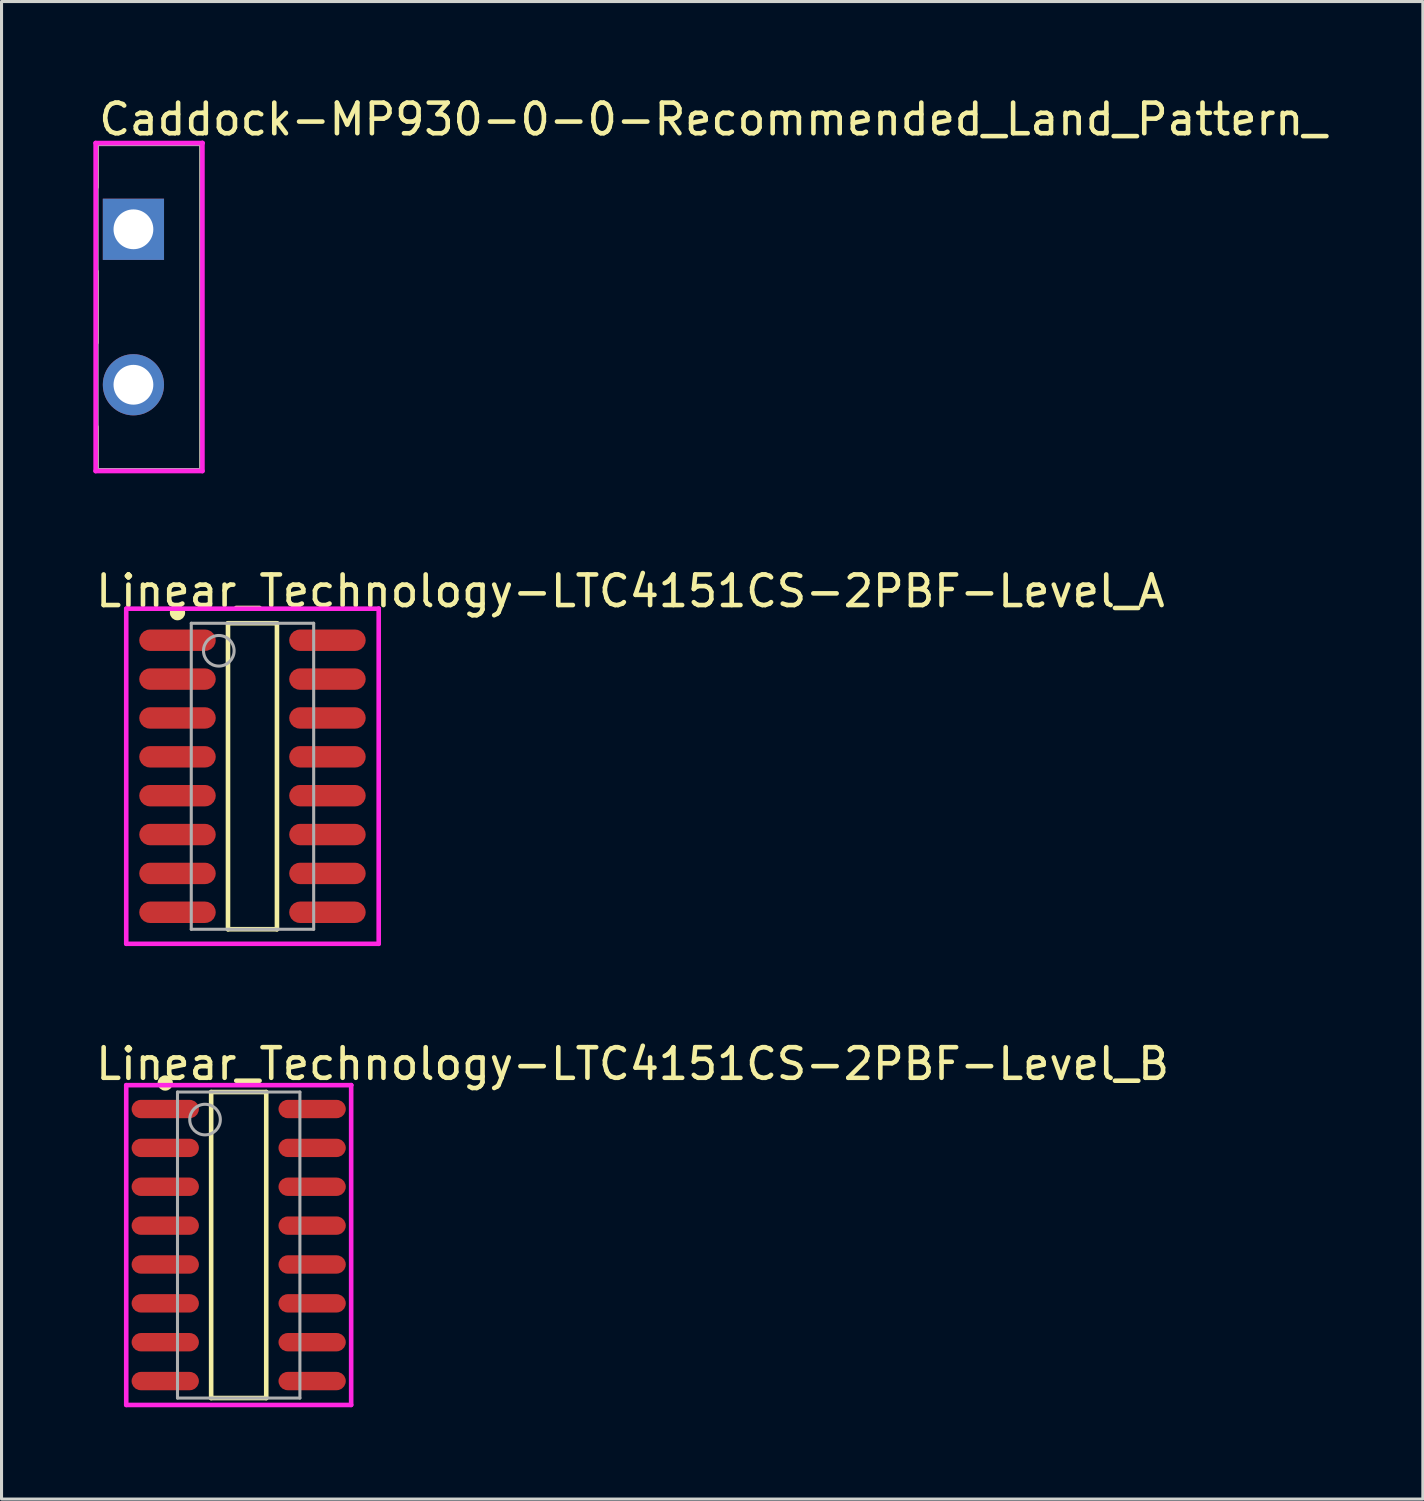
<source format=kicad_pcb>
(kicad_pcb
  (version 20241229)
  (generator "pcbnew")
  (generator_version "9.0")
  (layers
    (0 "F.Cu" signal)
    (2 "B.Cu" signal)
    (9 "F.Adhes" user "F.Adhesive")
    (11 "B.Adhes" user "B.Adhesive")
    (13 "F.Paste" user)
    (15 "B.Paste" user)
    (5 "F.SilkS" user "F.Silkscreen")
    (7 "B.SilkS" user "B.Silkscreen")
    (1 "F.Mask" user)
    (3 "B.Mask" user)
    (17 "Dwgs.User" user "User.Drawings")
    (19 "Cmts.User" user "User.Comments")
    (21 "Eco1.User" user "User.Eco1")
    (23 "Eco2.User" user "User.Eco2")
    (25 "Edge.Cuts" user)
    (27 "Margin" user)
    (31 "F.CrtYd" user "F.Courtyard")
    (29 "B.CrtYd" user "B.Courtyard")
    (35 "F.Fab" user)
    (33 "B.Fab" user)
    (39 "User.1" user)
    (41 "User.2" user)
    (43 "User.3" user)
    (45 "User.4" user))
  (footprint "Caddock-MP930-0-0-Recommended_Land_Pattern_"
    (layer "F.Cu")
    (at 1.82 6.983)
    (property "Reference" "Caddock-MP930-0-0-Recommended_Land_Pattern_" (at -1.72 -6.135 0) (layer "F.SilkS") (effects (font (size 1 1) (thickness 0.15)) (justify left)))
    (attr through_hole)
    (fp_line (start -1.72 -5.335) (end 1.72 -5.335) (stroke (width 0.15) (type solid)) (layer "F.SilkS"))
    (fp_line (start -1.72 -3.915) (end -1.72 -5.335) (stroke (width 0.15) (type solid)) (layer "F.SilkS"))
    (fp_line (start -1.72 1.165) (end -1.72 -1.165) (stroke (width 0.15) (type solid)) (layer "F.SilkS"))
    (fp_line (start -1.72 5.335) (end -1.72 3.915) (stroke (width 0.15) (type solid)) (layer "F.SilkS"))
    (fp_line (start -1.72 5.335) (end 1.72 5.335) (stroke (width 0.15) (type solid)) (layer "F.SilkS"))
    (fp_line (start 1.72 5.335) (end 1.72 -5.335) (stroke (width 0.15) (type solid)) (layer "F.SilkS"))
    (fp_line (start -1.745 -5.36) (end -1.745 5.36) (stroke (width 0.15) (type solid)) (layer "F.CrtYd"))
    (fp_line (start -1.745 5.36) (end 1.745 5.36) (stroke (width 0.15) (type solid)) (layer "F.CrtYd"))
    (fp_line (start 1.745 -5.36) (end -1.745 -5.36) (stroke (width 0.15) (type solid)) (layer "F.CrtYd"))
    (fp_line (start 1.745 -5.36) (end 1.745 -5.36) (stroke (width 0.15) (type solid)) (layer "F.CrtYd"))
    (fp_line (start 1.745 5.36) (end 1.745 -5.36) (stroke (width 0.15) (type solid)) (layer "F.CrtYd"))
    (fp_line (start -1.72 -5.335) (end 1.72 -5.335) (stroke (width 0.15) (type solid)) (layer "F.Fab"))
    (fp_line (start -1.72 5.335) (end -1.72 -5.335) (stroke (width 0.15) (type solid)) (layer "F.Fab"))
    (fp_line (start 1.72 -5.335) (end 1.72 5.335) (stroke (width 0.15) (type solid)) (layer "F.Fab"))
    (fp_line (start 1.72 5.335) (end -1.72 5.335) (stroke (width 0.15) (type solid)) (layer "F.Fab"))
    (pad "1" thru_hole rect (at -0.51 -2.54) (size 2 2) (drill 1.3) (layers "*.Cu"))
    (pad "2" thru_hole circle (at -0.51 2.54) (size 2 2) (drill 1.3) (layers "*.Cu")))
  (footprint "Linear_Technology-LTC4151CS-2PBF-Level_A"
    (layer "F.Cu")
    (at 5.2 22.316)
    (property "Reference" "Linear_Technology-LTC4151CS-2PBF-Level_A" (at -5.2 -6.05 0) (layer "F.SilkS") (effects (font (size 1 1) (thickness 0.15)) (justify left)))
    (attr through_hole)
    (fp_line (start -0.8 -5) (end 0.8 -5) (stroke (width 0.15) (type solid)) (layer "F.SilkS"))
    (fp_line (start -0.8 5) (end -0.8 -5) (stroke (width 0.15) (type solid)) (layer "F.SilkS"))
    (fp_line (start -0.8 5) (end 0.8 5) (stroke (width 0.15) (type solid)) (layer "F.SilkS"))
    (fp_line (start 0.8 5) (end 0.8 -5) (stroke (width 0.15) (type solid)) (layer "F.SilkS"))
    (fp_circle (center -2.45 -5.345) (end -2.325 -5.345) (stroke (width 0.25) (type solid)) (fill no) (layer "F.SilkS"))
    (fp_line (start -4.125 -5.475) (end -4.125 5.475) (stroke (width 0.15) (type solid)) (layer "F.CrtYd"))
    (fp_line (start -4.125 5.475) (end 4.125 5.475) (stroke (width 0.15) (type solid)) (layer "F.CrtYd"))
    (fp_line (start 4.125 -5.475) (end -4.125 -5.475) (stroke (width 0.15) (type solid)) (layer "F.CrtYd"))
    (fp_line (start 4.125 -5.475) (end 4.125 -5.475) (stroke (width 0.15) (type solid)) (layer "F.CrtYd"))
    (fp_line (start 4.125 5.475) (end 4.125 -5.475) (stroke (width 0.15) (type solid)) (layer "F.CrtYd"))
    (fp_line (start -2 -5) (end 2 -5) (stroke (width 0.1) (type solid)) (layer "F.Fab"))
    (fp_line (start -2 5) (end -2 -5) (stroke (width 0.1) (type solid)) (layer "F.Fab"))
    (fp_line (start -2 5) (end 2 5) (stroke (width 0.1) (type solid)) (layer "F.Fab"))
    (fp_line (start 2 5) (end 2 -5) (stroke (width 0.1) (type solid)) (layer "F.Fab"))
    (fp_circle (center -1.1 -4.1) (end -0.6 -4.1) (stroke (width 0.1) (type solid)) (fill no) (layer "F.Fab"))
    (pad "1" smd roundrect (at -2.45 -4.445 270) (size 0.7 2.5) (layers "F.Cu" "F.Mask" "F.Paste") (roundrect_rratio 0.5))
    (pad "2" smd roundrect (at -2.45 -3.175 270) (size 0.7 2.5) (layers "F.Cu" "F.Mask" "F.Paste") (roundrect_rratio 0.5))
    (pad "3" smd roundrect (at -2.45 -1.905 270) (size 0.7 2.5) (layers "F.Cu" "F.Mask" "F.Paste") (roundrect_rratio 0.5))
    (pad "4" smd roundrect (at -2.45 -0.635 270) (size 0.7 2.5) (layers "F.Cu" "F.Mask" "F.Paste") (roundrect_rratio 0.5))
    (pad "5" smd roundrect (at -2.45 0.635 270) (size 0.7 2.5) (layers "F.Cu" "F.Mask" "F.Paste") (roundrect_rratio 0.5))
    (pad "6" smd roundrect (at -2.45 1.905 270) (size 0.7 2.5) (layers "F.Cu" "F.Mask" "F.Paste") (roundrect_rratio 0.5))
    (pad "7" smd roundrect (at -2.45 3.175 270) (size 0.7 2.5) (layers "F.Cu" "F.Mask" "F.Paste") (roundrect_rratio 0.5))
    (pad "8" smd roundrect (at -2.45 4.445 270) (size 0.7 2.5) (layers "F.Cu" "F.Mask" "F.Paste") (roundrect_rratio 0.5))
    (pad "9" smd roundrect (at 2.45 4.445 270) (size 0.7 2.5) (layers "F.Cu" "F.Mask" "F.Paste") (roundrect_rratio 0.5))
    (pad "10" smd roundrect (at 2.45 3.175 270) (size 0.7 2.5) (layers "F.Cu" "F.Mask" "F.Paste") (roundrect_rratio 0.5))
    (pad "11" smd roundrect (at 2.45 1.905 270) (size 0.7 2.5) (layers "F.Cu" "F.Mask" "F.Paste") (roundrect_rratio 0.5))
    (pad "12" smd roundrect (at 2.45 0.635 270) (size 0.7 2.5) (layers "F.Cu" "F.Mask" "F.Paste") (roundrect_rratio 0.5))
    (pad "13" smd roundrect (at 2.45 -0.635 270) (size 0.7 2.5) (layers "F.Cu" "F.Mask" "F.Paste") (roundrect_rratio 0.5))
    (pad "14" smd roundrect (at 2.45 -1.905 270) (size 0.7 2.5) (layers "F.Cu" "F.Mask" "F.Paste") (roundrect_rratio 0.5))
    (pad "15" smd roundrect (at 2.45 -3.175 270) (size 0.7 2.5) (layers "F.Cu" "F.Mask" "F.Paste") (roundrect_rratio 0.5))
    (pad "16" smd roundrect (at 2.45 -4.445 270) (size 0.7 2.5) (layers "F.Cu" "F.Mask" "F.Paste") (roundrect_rratio 0.5)))
  (footprint "Linear_Technology-LTC4151CS-2PBF-Level_B"
    (layer "F.Cu")
    (at 4.75 37.635)
    (property "Reference" "Linear_Technology-LTC4151CS-2PBF-Level_B" (at -4.75 -5.92 0) (layer "F.SilkS") (effects (font (size 1 1) (thickness 0.15)) (justify left)))
    (attr through_hole)
    (fp_line (start -0.9 -5) (end 0.9 -5) (stroke (width 0.15) (type solid)) (layer "F.SilkS"))
    (fp_line (start -0.9 5) (end -0.9 -5) (stroke (width 0.15) (type solid)) (layer "F.SilkS"))
    (fp_line (start -0.9 5) (end 0.9 5) (stroke (width 0.15) (type solid)) (layer "F.SilkS"))
    (fp_line (start 0.9 5) (end 0.9 -5) (stroke (width 0.15) (type solid)) (layer "F.SilkS"))
    (fp_circle (center -2.4 -5.295) (end -2.275 -5.295) (stroke (width 0.25) (type solid)) (fill no) (layer "F.SilkS"))
    (fp_line (start -3.675 -5.225) (end -3.675 5.225) (stroke (width 0.15) (type solid)) (layer "F.CrtYd"))
    (fp_line (start -3.675 5.225) (end 3.675 5.225) (stroke (width 0.15) (type solid)) (layer "F.CrtYd"))
    (fp_line (start 3.675 -5.225) (end -3.675 -5.225) (stroke (width 0.15) (type solid)) (layer "F.CrtYd"))
    (fp_line (start 3.675 -5.225) (end 3.675 -5.225) (stroke (width 0.15) (type solid)) (layer "F.CrtYd"))
    (fp_line (start 3.675 5.225) (end 3.675 -5.225) (stroke (width 0.15) (type solid)) (layer "F.CrtYd"))
    (fp_line (start -2 -5) (end 2 -5) (stroke (width 0.1) (type solid)) (layer "F.Fab"))
    (fp_line (start -2 5) (end -2 -5) (stroke (width 0.1) (type solid)) (layer "F.Fab"))
    (fp_line (start -2 5) (end 2 5) (stroke (width 0.1) (type solid)) (layer "F.Fab"))
    (fp_line (start 2 5) (end 2 -5) (stroke (width 0.1) (type solid)) (layer "F.Fab"))
    (fp_circle (center -1.1 -4.1) (end -0.6 -4.1) (stroke (width 0.1) (type solid)) (fill no) (layer "F.Fab"))
    (pad "1" smd roundrect (at -2.4 -4.445 270) (size 0.6 2.2) (layers "F.Cu" "F.Mask" "F.Paste") (roundrect_rratio 0.5))
    (pad "2" smd roundrect (at -2.4 -3.175 270) (size 0.6 2.2) (layers "F.Cu" "F.Mask" "F.Paste") (roundrect_rratio 0.5))
    (pad "3" smd roundrect (at -2.4 -1.905 270) (size 0.6 2.2) (layers "F.Cu" "F.Mask" "F.Paste") (roundrect_rratio 0.5))
    (pad "4" smd roundrect (at -2.4 -0.635 270) (size 0.6 2.2) (layers "F.Cu" "F.Mask" "F.Paste") (roundrect_rratio 0.5))
    (pad "5" smd roundrect (at -2.4 0.635 270) (size 0.6 2.2) (layers "F.Cu" "F.Mask" "F.Paste") (roundrect_rratio 0.5))
    (pad "6" smd roundrect (at -2.4 1.905 270) (size 0.6 2.2) (layers "F.Cu" "F.Mask" "F.Paste") (roundrect_rratio 0.5))
    (pad "7" smd roundrect (at -2.4 3.175 270) (size 0.6 2.2) (layers "F.Cu" "F.Mask" "F.Paste") (roundrect_rratio 0.5))
    (pad "8" smd roundrect (at -2.4 4.445 270) (size 0.6 2.2) (layers "F.Cu" "F.Mask" "F.Paste") (roundrect_rratio 0.5))
    (pad "9" smd roundrect (at 2.4 4.445 270) (size 0.6 2.2) (layers "F.Cu" "F.Mask" "F.Paste") (roundrect_rratio 0.5))
    (pad "10" smd roundrect (at 2.4 3.175 270) (size 0.6 2.2) (layers "F.Cu" "F.Mask" "F.Paste") (roundrect_rratio 0.5))
    (pad "11" smd roundrect (at 2.4 1.905 270) (size 0.6 2.2) (layers "F.Cu" "F.Mask" "F.Paste") (roundrect_rratio 0.5))
    (pad "12" smd roundrect (at 2.4 0.635 270) (size 0.6 2.2) (layers "F.Cu" "F.Mask" "F.Paste") (roundrect_rratio 0.5))
    (pad "13" smd roundrect (at 2.4 -0.635 270) (size 0.6 2.2) (layers "F.Cu" "F.Mask" "F.Paste") (roundrect_rratio 0.5))
    (pad "14" smd roundrect (at 2.4 -1.905 270) (size 0.6 2.2) (layers "F.Cu" "F.Mask" "F.Paste") (roundrect_rratio 0.5))
    (pad "15" smd roundrect (at 2.4 -3.175 270) (size 0.6 2.2) (layers "F.Cu" "F.Mask" "F.Paste") (roundrect_rratio 0.5))
    (pad "16" smd roundrect (at 2.4 -4.445 270) (size 0.6 2.2) (layers "F.Cu" "F.Mask" "F.Paste") (roundrect_rratio 0.5)))
  (gr_rect
    (start -3 -3)
    (end 43.445 45.935)
    (stroke (width 0.1) (type default))
    (fill no)
    (layer "Edge.Cuts")))
</source>
